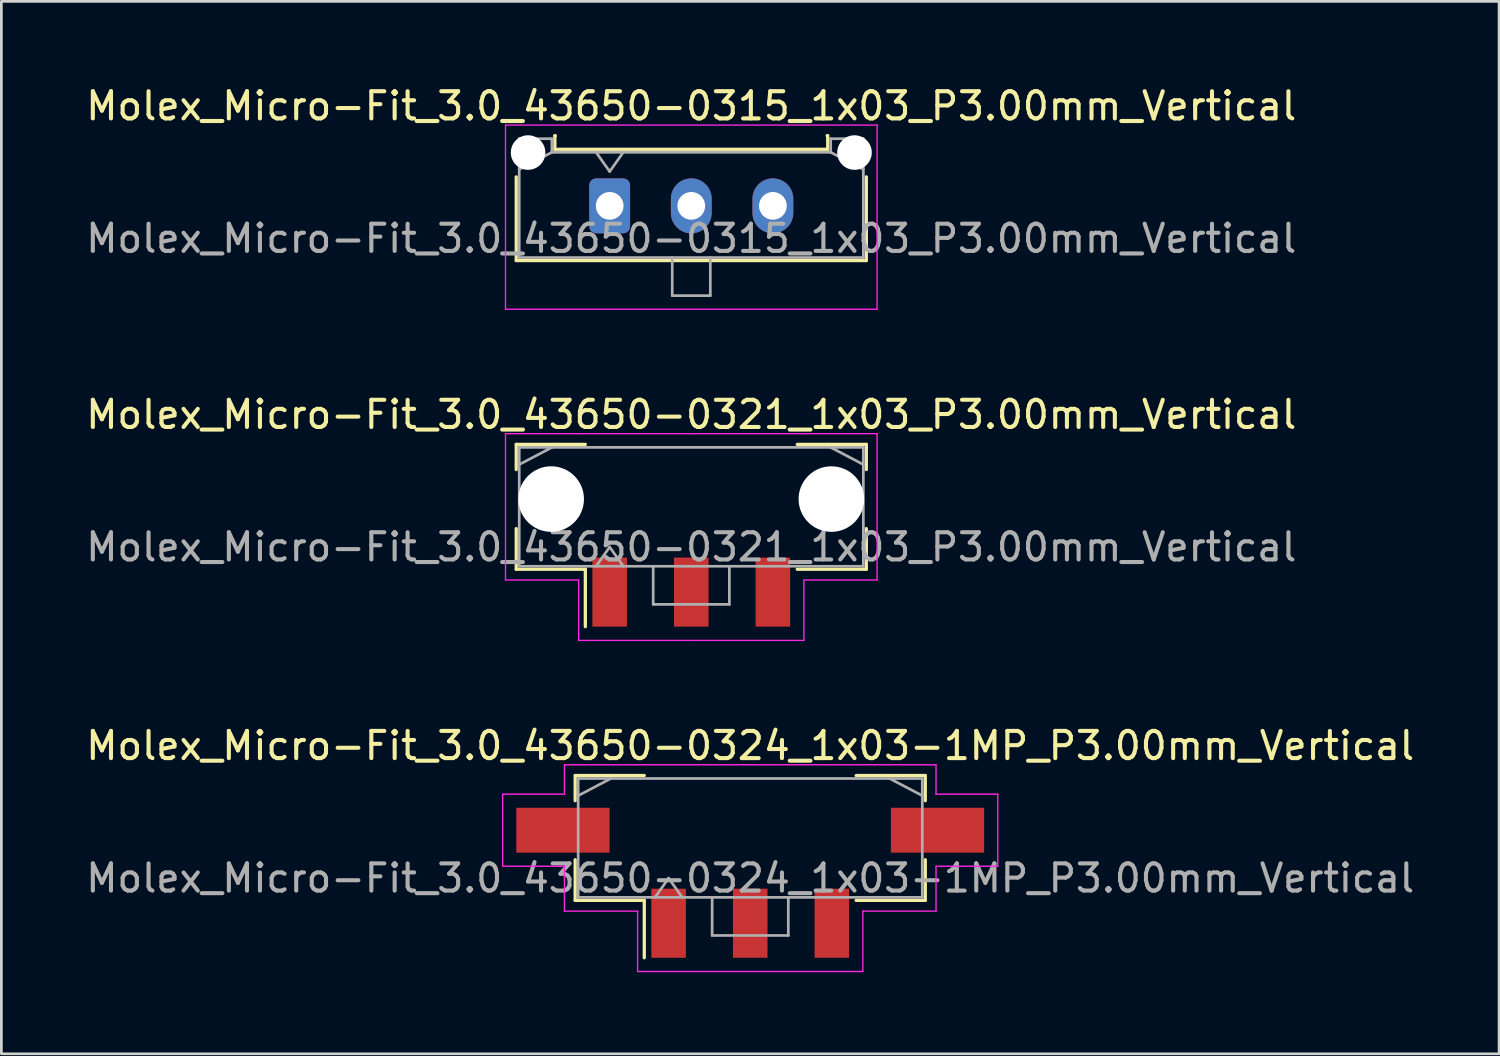
<source format=kicad_pcb>
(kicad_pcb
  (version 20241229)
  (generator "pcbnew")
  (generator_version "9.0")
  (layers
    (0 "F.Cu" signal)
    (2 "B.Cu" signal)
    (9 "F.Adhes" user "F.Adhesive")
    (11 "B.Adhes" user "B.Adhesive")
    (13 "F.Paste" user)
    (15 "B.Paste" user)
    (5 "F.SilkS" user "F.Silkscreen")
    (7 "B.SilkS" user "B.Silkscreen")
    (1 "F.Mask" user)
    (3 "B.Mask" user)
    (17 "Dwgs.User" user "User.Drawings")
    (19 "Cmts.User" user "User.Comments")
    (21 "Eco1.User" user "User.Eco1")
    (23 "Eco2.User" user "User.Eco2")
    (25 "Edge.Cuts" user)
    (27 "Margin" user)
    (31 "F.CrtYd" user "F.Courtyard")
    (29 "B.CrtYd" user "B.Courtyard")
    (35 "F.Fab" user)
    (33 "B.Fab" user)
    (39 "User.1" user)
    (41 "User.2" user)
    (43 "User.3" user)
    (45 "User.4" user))
  (footprint "Molex_Micro-Fit_3.0_43650-0324_1x03-1MP_P3.00mm_Vertical"
    (layer "F.Cu")
    (at 24.53 27.755)
    (property "Reference" "Molex_Micro-Fit_3.0_43650-0324_1x03-1MP_P3.00mm_Vertical" (at 0 -3.39 0) (layer "F.SilkS") (effects (font (size 1 1) (thickness 0.15))))
    (attr smd)
    (fp_line (start -6.435 -2.295) (end -5.015 -2.295) (stroke (width 0.12) (type solid)) (layer "F.SilkS"))
    (fp_line (start -6.435 -1.37) (end -6.435 -2.295) (stroke (width 0.12) (type solid)) (layer "F.SilkS"))
    (fp_line (start -6.435 0.8) (end -6.435 2.295) (stroke (width 0.12) (type solid)) (layer "F.SilkS"))
    (fp_line (start -6.435 2.295) (end -3.895 2.295) (stroke (width 0.12) (type solid)) (layer "F.SilkS"))
    (fp_line (start -5.015 -2.295) (end -3.895 -2.295) (stroke (width 0.12) (type solid)) (layer "F.SilkS"))
    (fp_line (start -3.895 2.295) (end -3.895 4.405) (stroke (width 0.12) (type solid)) (layer "F.SilkS"))
    (fp_line (start 5.015 -2.295) (end 3.895 -2.295) (stroke (width 0.12) (type solid)) (layer "F.SilkS"))
    (fp_line (start 6.435 -2.295) (end 5.015 -2.295) (stroke (width 0.12) (type solid)) (layer "F.SilkS"))
    (fp_line (start 6.435 -1.37) (end 6.435 -2.295) (stroke (width 0.12) (type solid)) (layer "F.SilkS"))
    (fp_line (start 6.435 0.8) (end 6.435 2.295) (stroke (width 0.12) (type solid)) (layer "F.SilkS"))
    (fp_line (start 6.435 2.295) (end 3.895 2.295) (stroke (width 0.12) (type solid)) (layer "F.SilkS"))
    (fp_line (start -9.1 -1.61) (end -9.1 1.04) (stroke (width 0.05) (type solid)) (layer "F.CrtYd"))
    (fp_line (start -9.1 1.04) (end -6.83 1.04) (stroke (width 0.05) (type solid)) (layer "F.CrtYd"))
    (fp_line (start -6.83 -2.69) (end -6.83 -1.61) (stroke (width 0.05) (type solid)) (layer "F.CrtYd"))
    (fp_line (start -6.83 -1.61) (end -9.1 -1.61) (stroke (width 0.05) (type solid)) (layer "F.CrtYd"))
    (fp_line (start -6.83 1.04) (end -6.83 2.69) (stroke (width 0.05) (type solid)) (layer "F.CrtYd"))
    (fp_line (start -6.83 2.69) (end -4.14 2.69) (stroke (width 0.05) (type solid)) (layer "F.CrtYd"))
    (fp_line (start -4.14 -2.69) (end -6.83 -2.69) (stroke (width 0.05) (type solid)) (layer "F.CrtYd"))
    (fp_line (start -4.14 2.69) (end -4.14 4.91) (stroke (width 0.05) (type solid)) (layer "F.CrtYd"))
    (fp_line (start -4.14 4.91) (end 0 4.91) (stroke (width 0.05) (type solid)) (layer "F.CrtYd"))
    (fp_line (start 0 -2.69) (end -4.14 -2.69) (stroke (width 0.05) (type solid)) (layer "F.CrtYd"))
    (fp_line (start 0 -2.69) (end 4.14 -2.69) (stroke (width 0.05) (type solid)) (layer "F.CrtYd"))
    (fp_line (start 4.14 -2.69) (end 6.83 -2.69) (stroke (width 0.05) (type solid)) (layer "F.CrtYd"))
    (fp_line (start 4.14 2.69) (end 4.14 4.91) (stroke (width 0.05) (type solid)) (layer "F.CrtYd"))
    (fp_line (start 4.14 4.91) (end 0 4.91) (stroke (width 0.05) (type solid)) (layer "F.CrtYd"))
    (fp_line (start 6.83 -2.69) (end 6.83 -1.61) (stroke (width 0.05) (type solid)) (layer "F.CrtYd"))
    (fp_line (start 6.83 -1.61) (end 9.1 -1.61) (stroke (width 0.05) (type solid)) (layer "F.CrtYd"))
    (fp_line (start 6.83 1.04) (end 6.83 2.69) (stroke (width 0.05) (type solid)) (layer "F.CrtYd"))
    (fp_line (start 6.83 2.69) (end 4.14 2.69) (stroke (width 0.05) (type solid)) (layer "F.CrtYd"))
    (fp_line (start 9.1 -1.61) (end 9.1 1.04) (stroke (width 0.05) (type solid)) (layer "F.CrtYd"))
    (fp_line (start 9.1 1.04) (end 6.83 1.04) (stroke (width 0.05) (type solid)) (layer "F.CrtYd"))
    (fp_line (start -6.325 -2.185) (end -6.325 2.185) (stroke (width 0.1) (type solid)) (layer "F.Fab"))
    (fp_line (start -6.325 -1.555) (end -5.125 -2.185) (stroke (width 0.1) (type solid)) (layer "F.Fab"))
    (fp_line (start -6.325 2.185) (end 6.325 2.185) (stroke (width 0.1) (type solid)) (layer "F.Fab"))
    (fp_line (start -5.125 -2.185) (end -6.325 -2.185) (stroke (width 0.1) (type solid)) (layer "F.Fab"))
    (fp_line (start -3.5 2.185) (end -3 1.478) (stroke (width 0.1) (type solid)) (layer "F.Fab"))
    (fp_line (start -3 1.478) (end -2.5 2.185) (stroke (width 0.1) (type solid)) (layer "F.Fab"))
    (fp_line (start -1.4 2.185) (end -1.4 3.585) (stroke (width 0.1) (type solid)) (layer "F.Fab"))
    (fp_line (start -1.4 3.585) (end 1.4 3.585) (stroke (width 0.1) (type solid)) (layer "F.Fab"))
    (fp_line (start 1.4 3.585) (end 1.4 2.185) (stroke (width 0.1) (type solid)) (layer "F.Fab"))
    (fp_line (start 5.125 -2.185) (end -5.125 -2.185) (stroke (width 0.1) (type solid)) (layer "F.Fab"))
    (fp_line (start 6.325 -2.185) (end 5.125 -2.185) (stroke (width 0.1) (type solid)) (layer "F.Fab"))
    (fp_line (start 6.325 -1.555) (end 5.125 -2.185) (stroke (width 0.1) (type solid)) (layer "F.Fab"))
    (fp_line (start 6.325 2.185) (end 6.325 -2.185) (stroke (width 0.1) (type solid)) (layer "F.Fab"))
    (fp_text user "${REFERENCE}" (at 0 1.48 0) (layer "F.Fab") (effects (font (size 1 1) (thickness 0.15))))
    (pad "1" smd rect (at -3 3.135) (size 1.27 2.54) (layers "F.Cu" "F.Mask" "F.Paste"))
    (pad "2" smd rect (at 0 3.135) (size 1.27 2.54) (layers "F.Cu" "F.Mask" "F.Paste"))
    (pad "3" smd rect (at 3 3.135) (size 1.27 2.54) (layers "F.Cu" "F.Mask" "F.Paste"))
    (pad "MP" smd rect (at -6.885 -0.285) (size 3.43 1.65) (layers "F.Cu" "F.Mask" "F.Paste"))
    (pad "MP" smd rect (at 6.885 -0.285) (size 3.43 1.65) (layers "F.Cu" "F.Mask" "F.Paste")))
  (footprint "Molex_Micro-Fit_3.0_43650-0321_1x03_P3.00mm_Vertical"
    (layer "F.Cu")
    (at 22.363 15.582)
    (property "Reference" "Molex_Micro-Fit_3.0_43650-0321_1x03_P3.00mm_Vertical" (at 0 -3.39 0) (layer "F.SilkS") (effects (font (size 1 1) (thickness 0.15))))
    (attr smd)
    (fp_line (start -6.435 -2.295) (end -5.015 -2.295) (stroke (width 0.12) (type solid)) (layer "F.SilkS"))
    (fp_line (start -6.435 -1.37) (end -6.435 -2.295) (stroke (width 0.12) (type solid)) (layer "F.SilkS"))
    (fp_line (start -6.435 0.8) (end -6.435 2.295) (stroke (width 0.12) (type solid)) (layer "F.SilkS"))
    (fp_line (start -6.435 2.295) (end -3.895 2.295) (stroke (width 0.12) (type solid)) (layer "F.SilkS"))
    (fp_line (start -5.015 -2.295) (end -3.895 -2.295) (stroke (width 0.12) (type solid)) (layer "F.SilkS"))
    (fp_line (start -3.895 2.295) (end -3.895 4.405) (stroke (width 0.12) (type solid)) (layer "F.SilkS"))
    (fp_line (start 5.015 -2.295) (end 3.895 -2.295) (stroke (width 0.12) (type solid)) (layer "F.SilkS"))
    (fp_line (start 6.435 -2.295) (end 5.015 -2.295) (stroke (width 0.12) (type solid)) (layer "F.SilkS"))
    (fp_line (start 6.435 -1.37) (end 6.435 -2.295) (stroke (width 0.12) (type solid)) (layer "F.SilkS"))
    (fp_line (start 6.435 0.8) (end 6.435 2.295) (stroke (width 0.12) (type solid)) (layer "F.SilkS"))
    (fp_line (start 6.435 2.295) (end 3.895 2.295) (stroke (width 0.12) (type solid)) (layer "F.SilkS"))
    (fp_line (start -6.83 -2.69) (end -6.83 2.69) (stroke (width 0.05) (type solid)) (layer "F.CrtYd"))
    (fp_line (start -6.83 2.69) (end -4.14 2.69) (stroke (width 0.05) (type solid)) (layer "F.CrtYd"))
    (fp_line (start -4.14 -2.69) (end -6.83 -2.69) (stroke (width 0.05) (type solid)) (layer "F.CrtYd"))
    (fp_line (start -4.14 2.69) (end -4.14 4.91) (stroke (width 0.05) (type solid)) (layer "F.CrtYd"))
    (fp_line (start -4.14 4.91) (end 0 4.91) (stroke (width 0.05) (type solid)) (layer "F.CrtYd"))
    (fp_line (start 0 -2.69) (end -4.14 -2.69) (stroke (width 0.05) (type solid)) (layer "F.CrtYd"))
    (fp_line (start 0 -2.69) (end 4.14 -2.69) (stroke (width 0.05) (type solid)) (layer "F.CrtYd"))
    (fp_line (start 4.14 -2.69) (end 6.83 -2.69) (stroke (width 0.05) (type solid)) (layer "F.CrtYd"))
    (fp_line (start 4.14 2.69) (end 4.14 4.91) (stroke (width 0.05) (type solid)) (layer "F.CrtYd"))
    (fp_line (start 4.14 4.91) (end 0 4.91) (stroke (width 0.05) (type solid)) (layer "F.CrtYd"))
    (fp_line (start 6.83 -2.69) (end 6.83 2.69) (stroke (width 0.05) (type solid)) (layer "F.CrtYd"))
    (fp_line (start 6.83 2.69) (end 4.14 2.69) (stroke (width 0.05) (type solid)) (layer "F.CrtYd"))
    (fp_line (start -6.325 -2.185) (end -6.325 2.185) (stroke (width 0.1) (type solid)) (layer "F.Fab"))
    (fp_line (start -6.325 -1.555) (end -5.125 -2.185) (stroke (width 0.1) (type solid)) (layer "F.Fab"))
    (fp_line (start -6.325 2.185) (end 6.325 2.185) (stroke (width 0.1) (type solid)) (layer "F.Fab"))
    (fp_line (start -5.125 -2.185) (end -6.325 -2.185) (stroke (width 0.1) (type solid)) (layer "F.Fab"))
    (fp_line (start -3.5 2.185) (end -3 1.478) (stroke (width 0.1) (type solid)) (layer "F.Fab"))
    (fp_line (start -3 1.478) (end -2.5 2.185) (stroke (width 0.1) (type solid)) (layer "F.Fab"))
    (fp_line (start -1.4 2.185) (end -1.4 3.585) (stroke (width 0.1) (type solid)) (layer "F.Fab"))
    (fp_line (start -1.4 3.585) (end 1.4 3.585) (stroke (width 0.1) (type solid)) (layer "F.Fab"))
    (fp_line (start 1.4 3.585) (end 1.4 2.185) (stroke (width 0.1) (type solid)) (layer "F.Fab"))
    (fp_line (start 5.125 -2.185) (end -5.125 -2.185) (stroke (width 0.1) (type solid)) (layer "F.Fab"))
    (fp_line (start 6.325 -2.185) (end 5.125 -2.185) (stroke (width 0.1) (type solid)) (layer "F.Fab"))
    (fp_line (start 6.325 -1.555) (end 5.125 -2.185) (stroke (width 0.1) (type solid)) (layer "F.Fab"))
    (fp_line (start 6.325 2.185) (end 6.325 -2.185) (stroke (width 0.1) (type solid)) (layer "F.Fab"))
    (fp_text user "${REFERENCE}" (at 0 1.48 0) (layer "F.Fab") (effects (font (size 1 1) (thickness 0.15))))
    (pad "" np_thru_hole circle (at -5.15 -0.285) (size 2.41 2.41) (drill 2.41) (layers "*.Cu" "*.Mask"))
    (pad "" np_thru_hole circle (at 5.15 -0.285) (size 2.41 2.41) (drill 2.41) (layers "*.Cu" "*.Mask"))
    (pad "1" smd rect (at -3 3.135) (size 1.27 2.54) (layers "F.Cu" "F.Mask" "F.Paste"))
    (pad "2" smd rect (at 0 3.135) (size 1.27 2.54) (layers "F.Cu" "F.Mask" "F.Paste"))
    (pad "3" smd rect (at 3 3.135) (size 1.27 2.54) (layers "F.Cu" "F.Mask" "F.Paste")))
  (footprint "Molex_Micro-Fit_3.0_43650-0315_1x03_P3.00mm_Vertical"
    (layer "F.Cu")
    (at 19.363 4.518)
    (property "Reference" "Molex_Micro-Fit_3.0_43650-0315_1x03_P3.00mm_Vertical" (at 3 -3.67 0) (layer "F.SilkS") (effects (font (size 1 1) (thickness 0.15))))
    (attr through_hole)
    (fp_line (start -3.435 -1.065) (end -3.435 2.01) (stroke (width 0.12) (type solid)) (layer "F.SilkS"))
    (fp_line (start -3.435 2.01) (end 9.435 2.01) (stroke (width 0.12) (type solid)) (layer "F.SilkS"))
    (fp_line (start -2.015 -2.58) (end -2.015 -2.08) (stroke (width 0.12) (type solid)) (layer "F.SilkS"))
    (fp_line (start -2.015 -2.08) (end 8.015 -2.08) (stroke (width 0.12) (type solid)) (layer "F.SilkS"))
    (fp_line (start -1.995 -2.58) (end -2.015 -2.58) (stroke (width 0.12) (type solid)) (layer "F.SilkS"))
    (fp_line (start 8.015 -2.58) (end 7.995 -2.58) (stroke (width 0.12) (type solid)) (layer "F.SilkS"))
    (fp_line (start 8.015 -2.08) (end 8.015 -2.58) (stroke (width 0.12) (type solid)) (layer "F.SilkS"))
    (fp_line (start 9.435 2.01) (end 9.435 -1.065) (stroke (width 0.12) (type solid)) (layer "F.SilkS"))
    (fp_line (start -3.83 -2.97) (end 9.83 -2.97) (stroke (width 0.05) (type solid)) (layer "F.CrtYd"))
    (fp_line (start -3.83 3.8) (end -3.83 -2.97) (stroke (width 0.05) (type solid)) (layer "F.CrtYd"))
    (fp_line (start 9.83 -2.97) (end 9.83 3.8) (stroke (width 0.05) (type solid)) (layer "F.CrtYd"))
    (fp_line (start 9.83 3.8) (end -3.83 3.8) (stroke (width 0.05) (type solid)) (layer "F.CrtYd"))
    (fp_line (start -3.325 -2.47) (end -3.325 1.9) (stroke (width 0.1) (type solid)) (layer "F.Fab"))
    (fp_line (start -3.325 -1.34) (end -2.125 -1.97) (stroke (width 0.1) (type solid)) (layer "F.Fab"))
    (fp_line (start -3.325 1.9) (end 9.325 1.9) (stroke (width 0.1) (type solid)) (layer "F.Fab"))
    (fp_line (start -2.125 -2.47) (end -3.325 -2.47) (stroke (width 0.1) (type solid)) (layer "F.Fab"))
    (fp_line (start -2.125 -1.97) (end -2.125 -2.47) (stroke (width 0.1) (type solid)) (layer "F.Fab"))
    (fp_line (start -0.5 -1.97) (end 0 -1.263) (stroke (width 0.1) (type solid)) (layer "F.Fab"))
    (fp_line (start 0 -1.263) (end 0.5 -1.97) (stroke (width 0.1) (type solid)) (layer "F.Fab"))
    (fp_line (start 2.3 1.9) (end 2.3 3.3) (stroke (width 0.1) (type solid)) (layer "F.Fab"))
    (fp_line (start 2.3 3.3) (end 3.7 3.3) (stroke (width 0.1) (type solid)) (layer "F.Fab"))
    (fp_line (start 3.7 3.3) (end 3.7 1.9) (stroke (width 0.1) (type solid)) (layer "F.Fab"))
    (fp_line (start 8.125 -2.47) (end 8.125 -1.97) (stroke (width 0.1) (type solid)) (layer "F.Fab"))
    (fp_line (start 8.125 -1.97) (end -2.125 -1.97) (stroke (width 0.1) (type solid)) (layer "F.Fab"))
    (fp_line (start 9.325 -2.47) (end 8.125 -2.47) (stroke (width 0.1) (type solid)) (layer "F.Fab"))
    (fp_line (start 9.325 -1.34) (end 8.125 -1.97) (stroke (width 0.1) (type solid)) (layer "F.Fab"))
    (fp_line (start 9.325 1.9) (end 9.325 -2.47) (stroke (width 0.1) (type solid)) (layer "F.Fab"))
    (fp_text user "${REFERENCE}" (at 3 1.2 0) (layer "F.Fab") (effects (font (size 1 1) (thickness 0.15))))
    (pad "" np_thru_hole circle (at -3 -1.96) (size 1.27 1.27) (drill 1.27) (layers "*.Cu" "*.Mask"))
    (pad "" np_thru_hole circle (at 9 -1.96) (size 1.27 1.27) (drill 1.27) (layers "*.Cu" "*.Mask"))
    (pad "1" thru_hole roundrect (at 0 0) (size 1.5 2.02) (drill 1.02) (layers "*.Cu" "*.Mask") (roundrect_rratio 0.167))
    (pad "2" thru_hole oval (at 3 0) (size 1.5 2.02) (drill 1.02) (layers "*.Cu" "*.Mask"))
    (pad "3" thru_hole oval (at 6 0) (size 1.5 2.02) (drill 1.02) (layers "*.Cu" "*.Mask")))
  (gr_rect
    (start -3 -3)
    (end 52.06 35.69)
    (stroke (width 0.1) (type default))
    (fill no)
    (layer "Edge.Cuts")))
</source>
